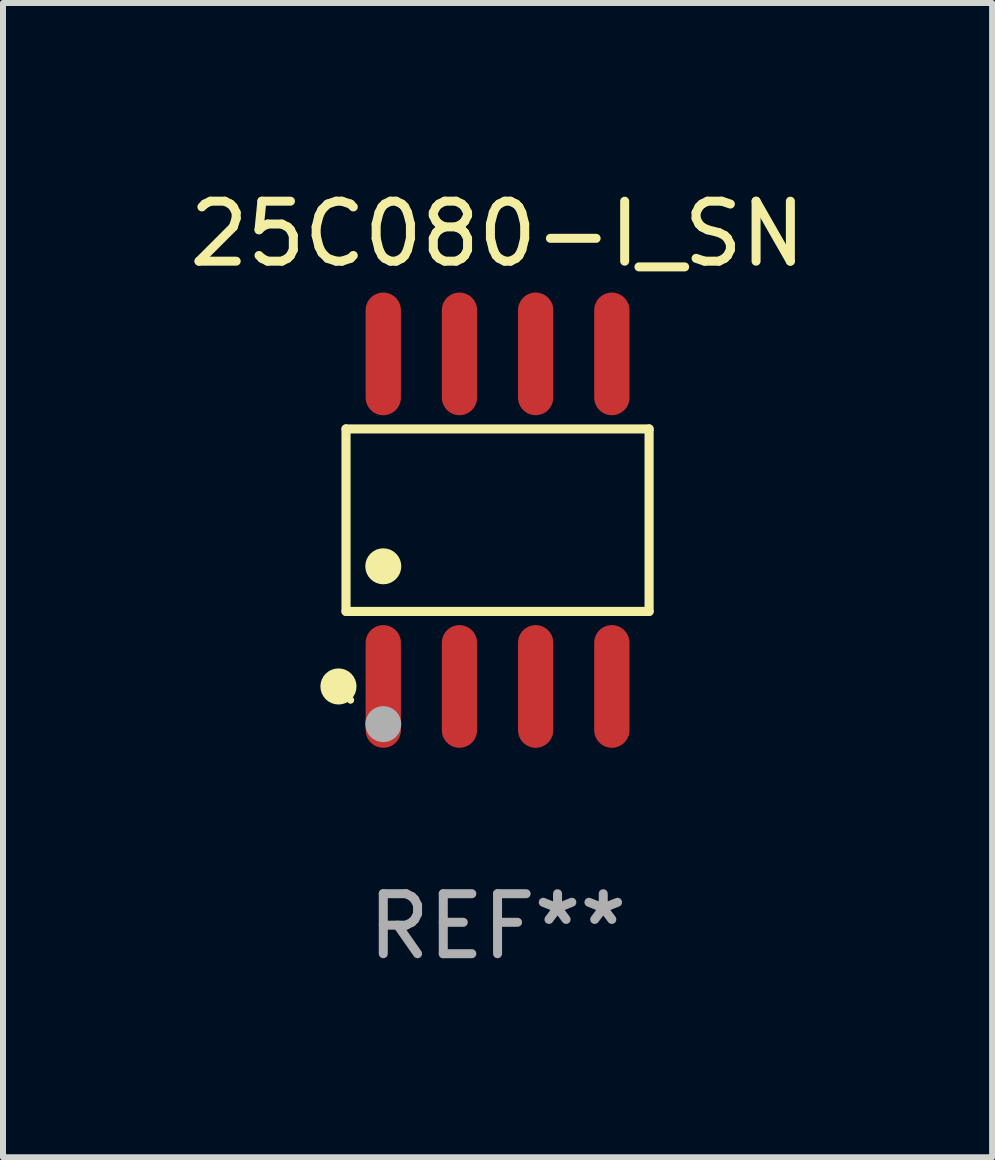
<source format=kicad_pcb>
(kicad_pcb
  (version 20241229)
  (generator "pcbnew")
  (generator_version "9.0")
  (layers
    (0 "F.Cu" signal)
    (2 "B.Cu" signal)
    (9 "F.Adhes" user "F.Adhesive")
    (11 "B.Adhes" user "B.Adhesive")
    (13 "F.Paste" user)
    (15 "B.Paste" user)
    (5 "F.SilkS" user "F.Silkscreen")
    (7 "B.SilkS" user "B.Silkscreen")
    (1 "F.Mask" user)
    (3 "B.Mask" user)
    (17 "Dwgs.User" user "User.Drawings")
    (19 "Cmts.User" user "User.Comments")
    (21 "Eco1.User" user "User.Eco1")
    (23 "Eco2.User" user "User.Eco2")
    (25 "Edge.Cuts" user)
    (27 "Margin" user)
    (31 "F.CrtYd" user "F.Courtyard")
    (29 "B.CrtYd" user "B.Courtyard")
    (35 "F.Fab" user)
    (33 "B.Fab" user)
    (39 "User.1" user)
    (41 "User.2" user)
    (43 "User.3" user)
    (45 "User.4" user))
  (footprint "25C080-I_SN"
    (layer "F.Cu")
    (at 5.244 5.621)
    (property "Reference" "25C080-I_SN" (at 0 -4.772 0) (layer "F.SilkS") (effects (font (size 1 1) (thickness 0.15))))
    (attr through_hole)
    (fp_line (start -2.526 -1.521) (end 2.526 -1.521) (stroke (width 0.152) (type solid)) (layer "F.SilkS"))
    (fp_line (start -2.526 1.521) (end -2.526 -1.521) (stroke (width 0.152) (type solid)) (layer "F.SilkS"))
    (fp_line (start 2.526 -1.521) (end 2.526 1.521) (stroke (width 0.152) (type solid)) (layer "F.SilkS"))
    (fp_line (start 2.526 1.521) (end -2.526 1.521) (stroke (width 0.152) (type solid)) (layer "F.SilkS"))
    (fp_circle (center -2.652 2.772) (end -2.501 2.772) (stroke (width 0.3) (type solid)) (fill no) (layer "F.SilkS"))
    (fp_circle (center -2.45 3) (end -2.42 3) (stroke (width 0.06) (type solid)) (fill no) (layer "F.SilkS"))
    (fp_circle (center -1.905 0.769) (end -1.755 0.769) (stroke (width 0.3) (type solid)) (fill no) (layer "F.SilkS"))
    (fp_circle (center -1.905 3.4) (end -1.755 3.4) (stroke (width 0.3) (type solid)) (fill no) (layer "F.Fab"))
    (fp_text user "REF**" (at 0 6.772 0) (layer "F.Fab") (effects (font (size 1 1) (thickness 0.15))))
    (pad "1" smd oval (at -1.905 2.772) (size 0.588 2.045) (layers "F.Cu" "F.Mask" "F.Paste"))
    (pad "2" smd oval (at -0.635 2.772) (size 0.588 2.045) (layers "F.Cu" "F.Mask" "F.Paste"))
    (pad "3" smd oval (at 0.635 2.772) (size 0.588 2.045) (layers "F.Cu" "F.Mask" "F.Paste"))
    (pad "4" smd oval (at 1.905 2.772) (size 0.588 2.045) (layers "F.Cu" "F.Mask" "F.Paste"))
    (pad "5" smd oval (at 1.905 -2.772) (size 0.588 2.045) (layers "F.Cu" "F.Mask" "F.Paste"))
    (pad "6" smd oval (at 0.635 -2.772) (size 0.588 2.045) (layers "F.Cu" "F.Mask" "F.Paste"))
    (pad "7" smd oval (at -0.635 -2.772) (size 0.588 2.045) (layers "F.Cu" "F.Mask" "F.Paste"))
    (pad "8" smd oval (at -1.905 -2.772) (size 0.588 2.045) (layers "F.Cu" "F.Mask" "F.Paste")))
  (gr_rect
    (start -3 -3)
    (end 13.488 16.241)
    (stroke (width 0.1) (type default))
    (fill no)
    (layer "Edge.Cuts")))
</source>
